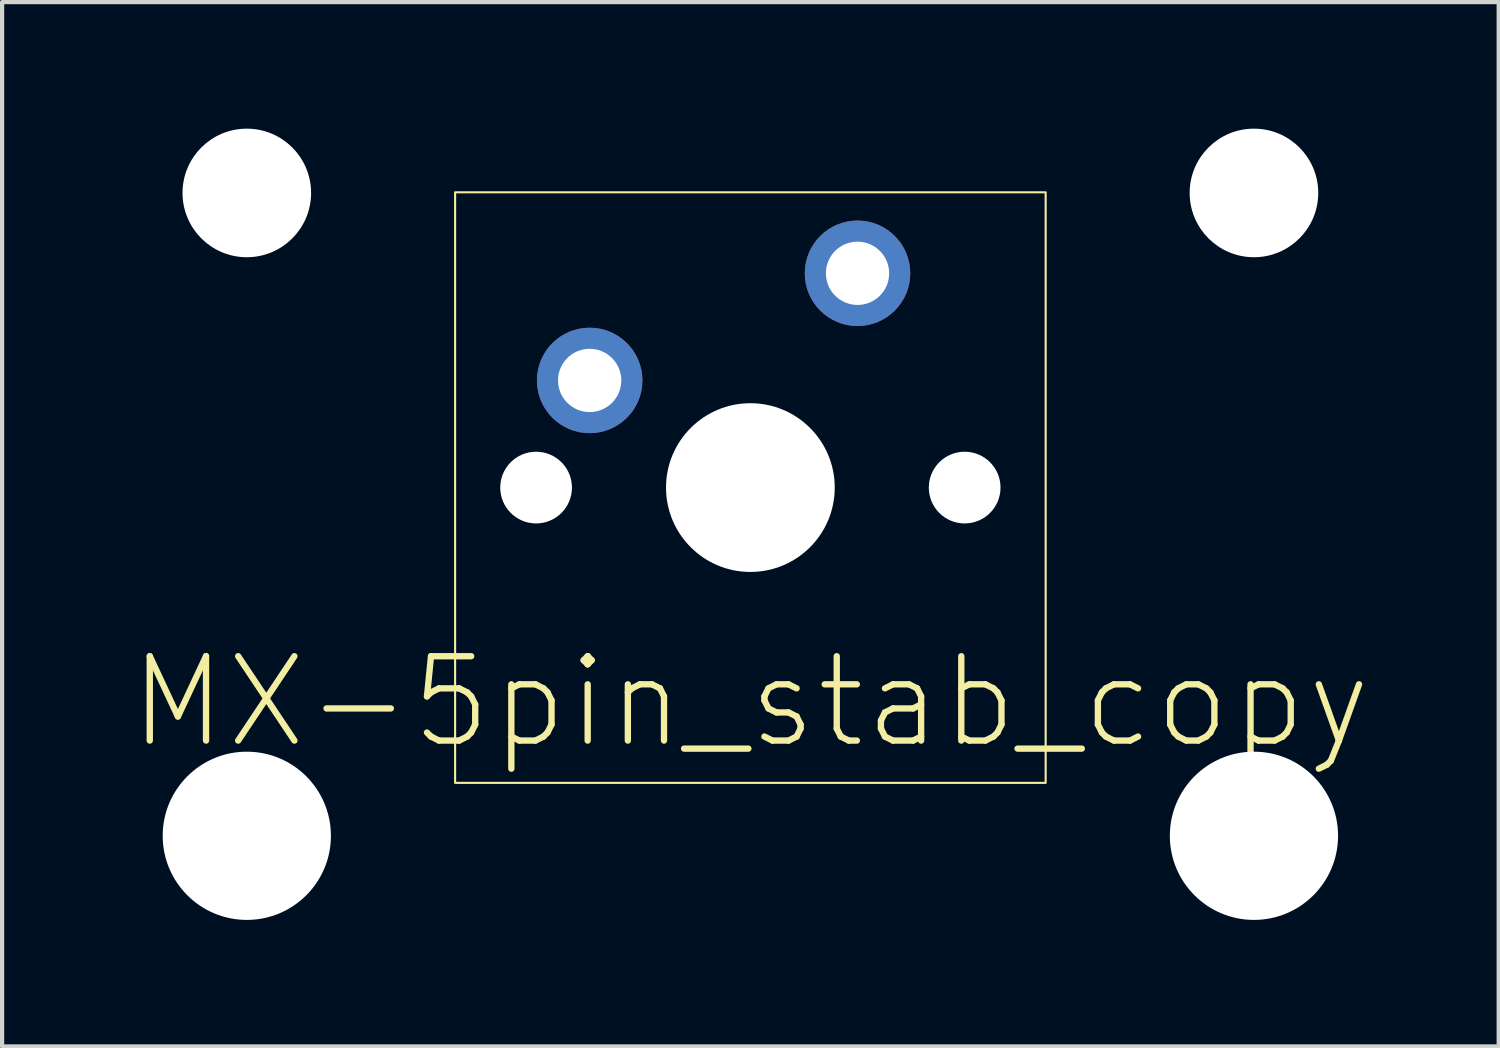
<source format=kicad_pcb>
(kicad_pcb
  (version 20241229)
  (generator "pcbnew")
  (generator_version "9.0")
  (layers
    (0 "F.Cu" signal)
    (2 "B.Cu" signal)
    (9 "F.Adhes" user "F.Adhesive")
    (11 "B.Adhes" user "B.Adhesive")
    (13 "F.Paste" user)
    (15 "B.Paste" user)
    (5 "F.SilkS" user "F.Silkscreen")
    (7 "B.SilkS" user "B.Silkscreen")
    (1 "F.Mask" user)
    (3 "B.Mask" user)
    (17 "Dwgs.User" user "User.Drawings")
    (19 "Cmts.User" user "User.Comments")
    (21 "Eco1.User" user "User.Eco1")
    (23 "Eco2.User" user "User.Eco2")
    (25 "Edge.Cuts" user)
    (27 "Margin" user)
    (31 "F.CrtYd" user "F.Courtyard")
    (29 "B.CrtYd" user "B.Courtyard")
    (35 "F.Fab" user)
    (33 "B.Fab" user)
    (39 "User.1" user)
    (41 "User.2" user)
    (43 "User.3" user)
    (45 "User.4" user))
  (footprint "MX-5pin_stab_copy"
    (layer "F.Cu")
    (at 14.739 8.509)
    (property "Reference" "MX-5pin_stab_copy" (at 0 5.08 0) (unlocked yes) (layer "F.SilkS") (effects (font (size 2 2) (thickness 0.15))))
    (attr through_hole)
    (fp_rect (start -7 -7) (end 7 7) (stroke (width 0.05) (type solid)) (fill no) (layer "F.SilkS"))
    (pad "" np_thru_hole circle (at -11.938 -6.985) (size 3.048 3.048) (drill 3.048) (layers "*.Cu" "*.Mask"))
    (pad "" np_thru_hole circle (at -11.938 8.255) (size 3.988 3.988) (drill 3.988) (layers "*.Cu" "*.Mask"))
    (pad "" np_thru_hole circle (at -5.08 0) (size 1.7 1.7) (drill 1.7) (layers "*.Cu" "*.Mask"))
    (pad "" np_thru_hole circle (at 0 0) (size 4 4) (drill 4) (layers "*.Cu" "*.Mask"))
    (pad "" np_thru_hole circle (at 5.08 0) (size 1.7 1.7) (drill 1.7) (layers "*.Cu" "*.Mask"))
    (pad "" np_thru_hole circle (at 11.938 -6.985) (size 3.048 3.048) (drill 3.048) (layers "*.Cu" "*.Mask"))
    (pad "" np_thru_hole circle (at 11.938 8.255) (size 3.988 3.988) (drill 3.988) (layers "*.Cu" "*.Mask"))
    (pad "1" thru_hole circle (at 2.54 -5.08) (size 2.5 2.5) (drill 1.5) (layers "*.Cu" "*.Mask"))
    (pad "2" thru_hole circle (at -3.81 -2.54) (size 2.5 2.5) (drill 1.5) (layers "*.Cu" "*.Mask")))
  (gr_rect
    (start -3 -3)
    (end 32.479 21.758)
    (stroke (width 0.1) (type default))
    (fill no)
    (layer "Edge.Cuts")))
</source>
